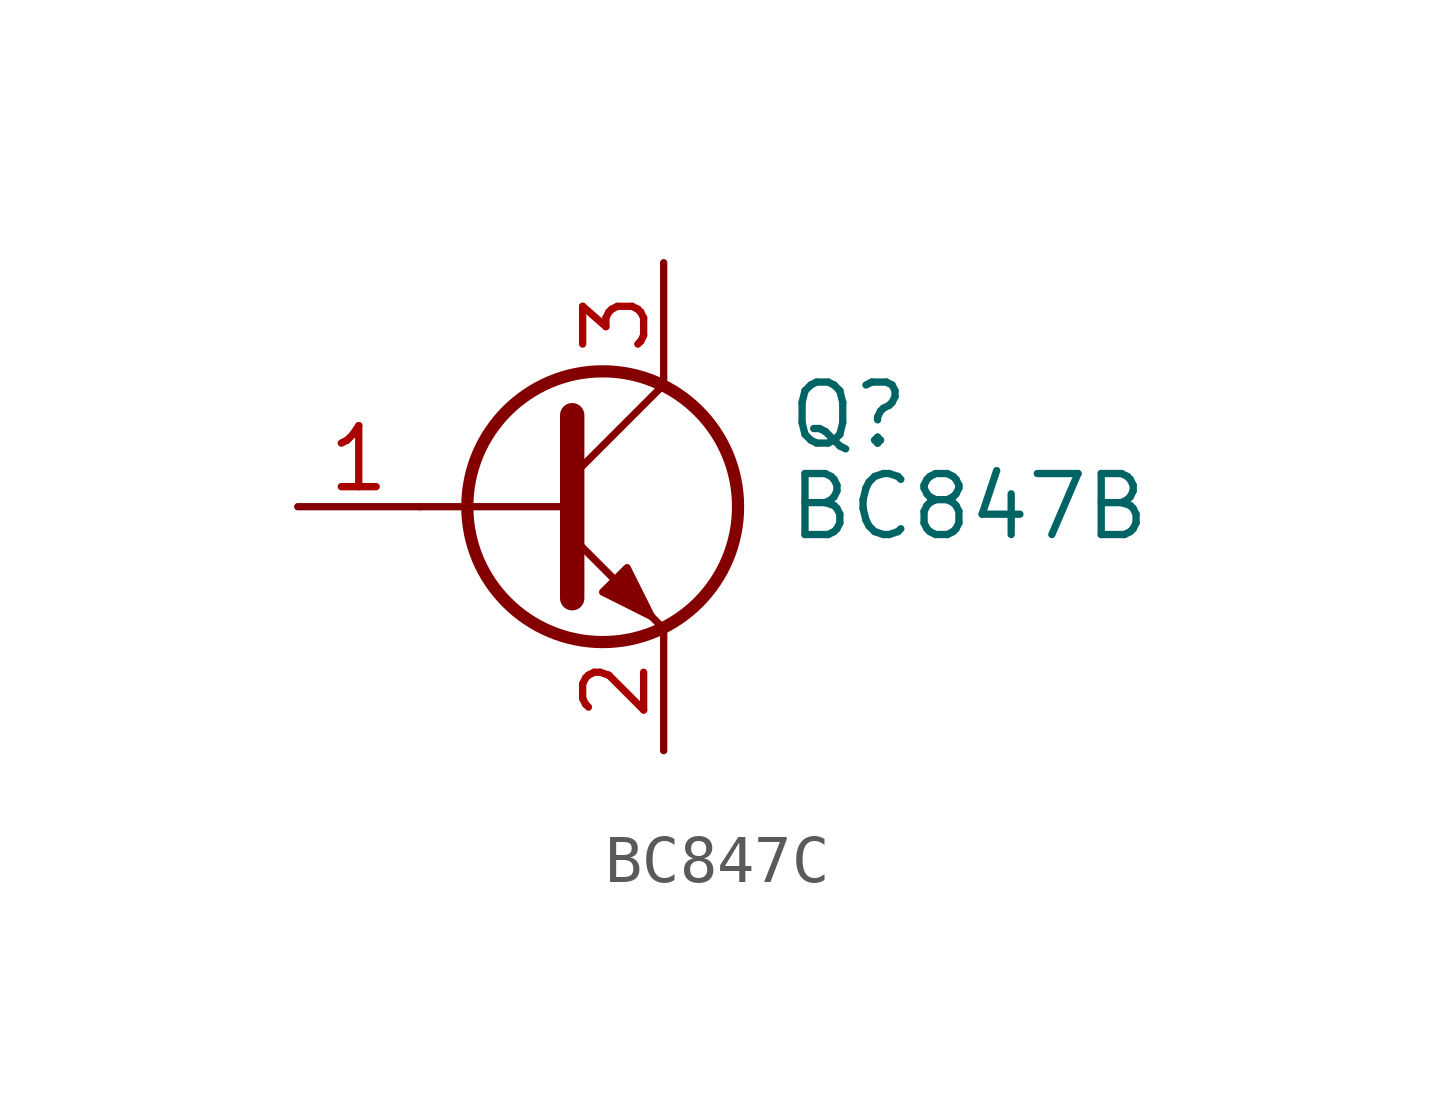
<source format=kicad_sym>
(kicad_symbol_lib
  (version 20241209)
  (generator "kicad_symbol_editor")
  (generator_version "9.0")
  (symbol "BC847C"
    (pin_names
      (offset 0)
      (hide yes))
    (property "Reference" "Q"
      (at 5.08 1.905 0)
      (effects (font (size 1.27 1.27)) (justify left)))
    (property "Value" "BC847B"
      (at 5.08 0 0)
      (effects (font (size 1.27 1.27)) (justify left)))
    (symbol "BC847C_0_1"
      (polyline (pts (xy -2.54 0) (xy 0.635 0)) (stroke (width 0) (type default)) (fill (type none)))
      (polyline (pts (xy 0.635 1.905) (xy 0.635 -1.905)) (stroke (width 0.508) (type default)) (fill (type none)))
      (circle (center 1.27 0) (radius 2.819) (stroke (width 0.254) (type default)) (fill (type none))))
    (symbol "BC847C_1_1"
      (polyline (pts (xy 0.635 0.635) (xy 2.54 2.54)) (stroke (width 0) (type default)) (fill (type none)))
      (polyline (pts (xy 0.635 -0.635) (xy 2.54 -2.54)) (stroke (width 0) (type default)) (fill (type none)))
      (polyline (pts (xy 1.27 -1.778) (xy 1.778 -1.27) (xy 2.286 -2.286) (xy 1.27 -1.778)) (stroke (width 0) (type default)) (fill (type outline)))
      (pin input line (at -5.08 0 0) (length 2.54) (name "B" (effects (font (size 1.27 1.27)))) (number "1" (effects (font (size 1.27 1.27)))))
      (pin passive line (at 2.54 5.08 270) (length 2.54) (name "C" (effects (font (size 1.27 1.27)))) (number "3" (effects (font (size 1.27 1.27)))))
      (pin passive line (at 2.54 -5.08 90) (length 2.54) (name "E" (effects (font (size 1.27 1.27)))) (number "2" (effects (font (size 1.27 1.27))))))))
</source>
